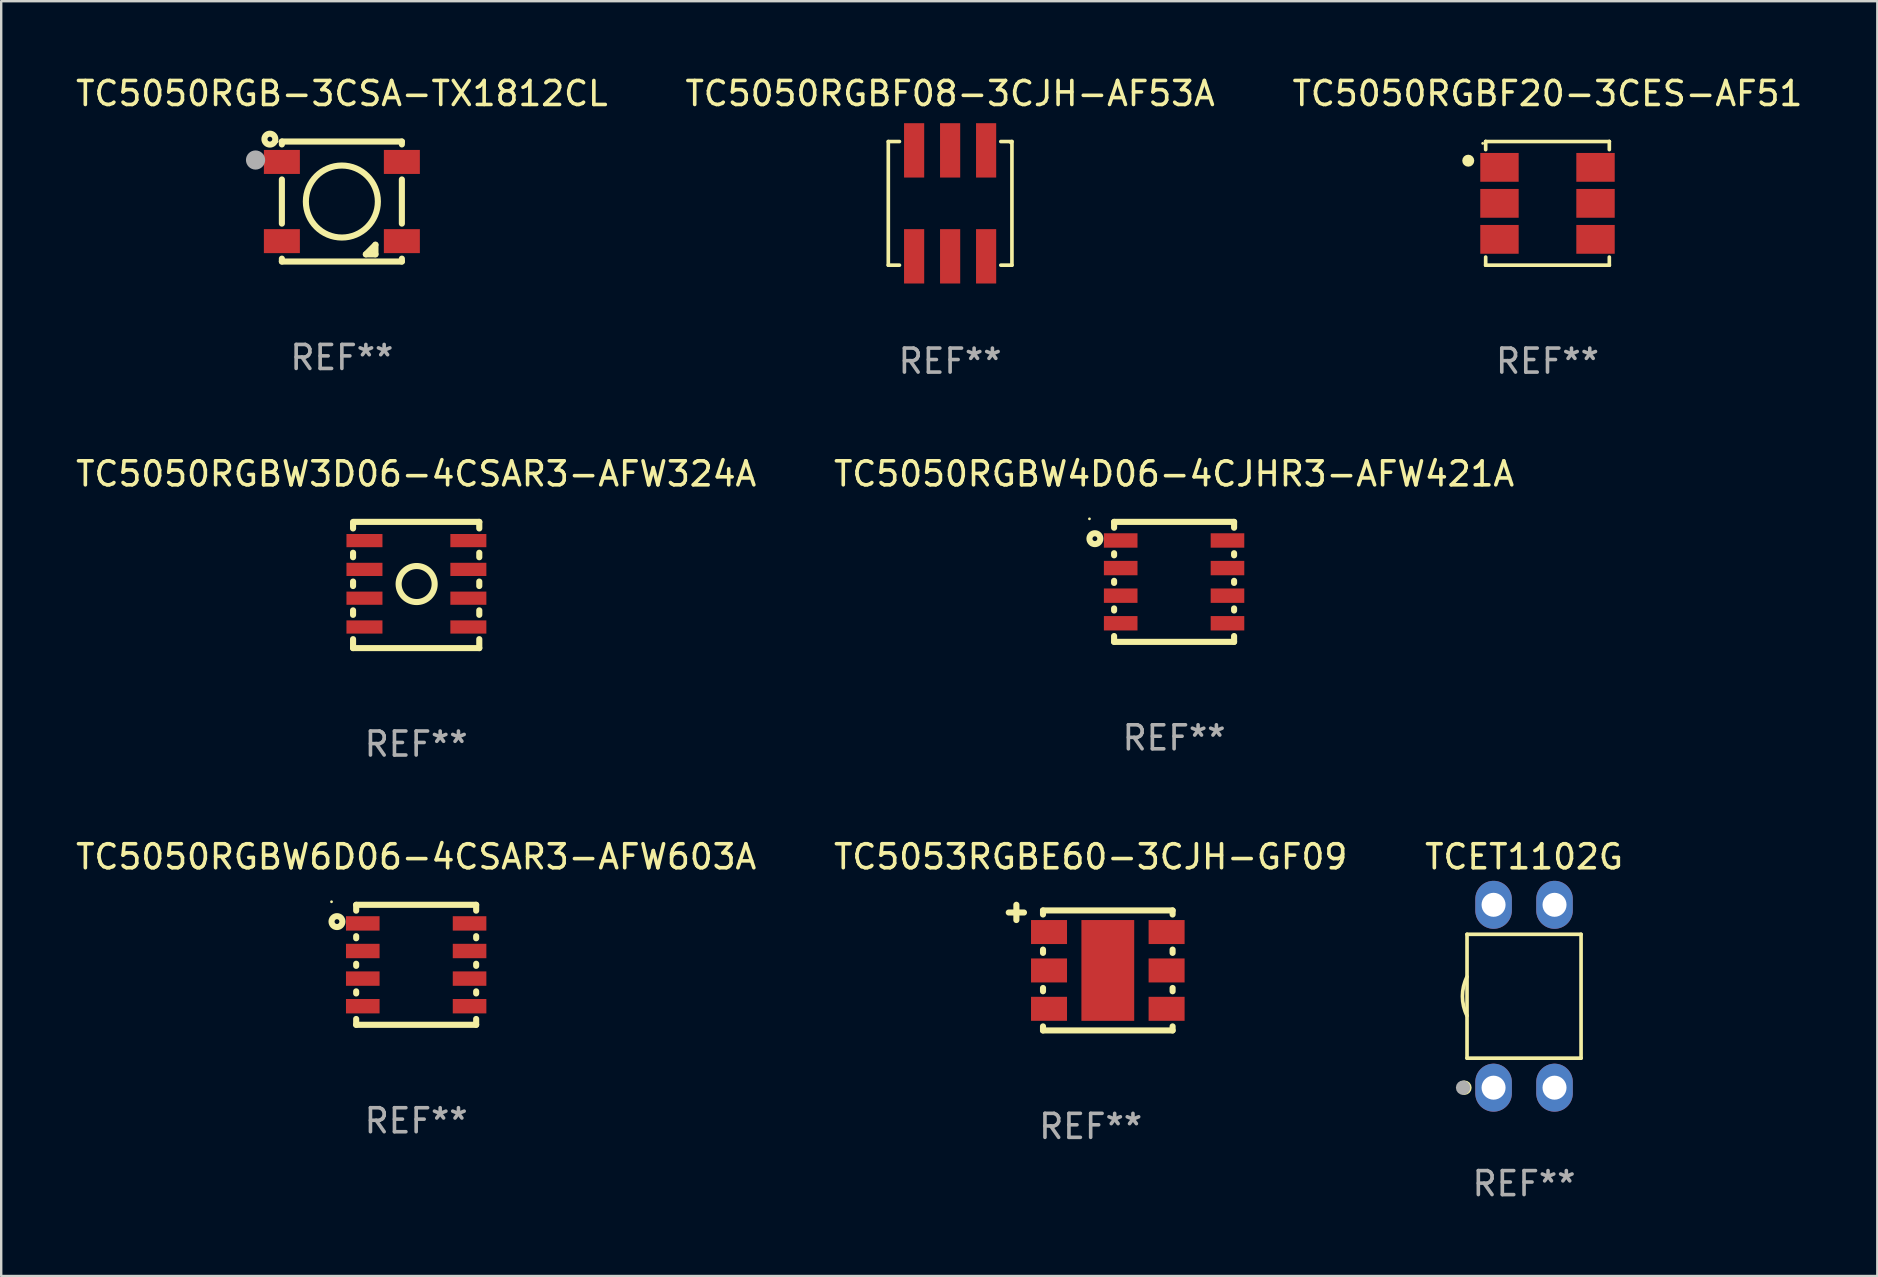
<source format=kicad_pcb>
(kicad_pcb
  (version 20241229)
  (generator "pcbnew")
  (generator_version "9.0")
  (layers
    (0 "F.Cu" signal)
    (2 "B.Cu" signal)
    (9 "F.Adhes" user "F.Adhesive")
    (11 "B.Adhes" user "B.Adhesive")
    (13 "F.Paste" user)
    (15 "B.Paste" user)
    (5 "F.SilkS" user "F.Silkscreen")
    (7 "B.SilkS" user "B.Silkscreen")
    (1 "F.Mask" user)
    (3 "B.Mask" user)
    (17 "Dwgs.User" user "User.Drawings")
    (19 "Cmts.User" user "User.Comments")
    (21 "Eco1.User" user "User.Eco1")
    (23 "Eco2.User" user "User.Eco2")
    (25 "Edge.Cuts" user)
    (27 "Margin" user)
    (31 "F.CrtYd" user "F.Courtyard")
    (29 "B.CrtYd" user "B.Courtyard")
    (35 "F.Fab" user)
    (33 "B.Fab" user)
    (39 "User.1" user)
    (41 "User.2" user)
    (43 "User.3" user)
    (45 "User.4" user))
  (footprint "TC5050RGBW3D06-4CSAR3-AFW324A"
    (layer "F.Cu")
    (at 14.292 21.327)
    (property "Reference" "TC5050RGBW3D06-4CSAR3-AFW324A" (at 0 -4.63 0) (layer "F.SilkS") (effects (font (size 1 1) (thickness 0.15))))
    (attr through_hole)
    (fp_line (start -2.63 -2.63) (end 2.63 -2.63) (stroke (width 0.254) (type solid)) (layer "F.SilkS"))
    (fp_line (start -2.63 -2.356) (end -2.63 -2.57) (stroke (width 0.254) (type solid)) (layer "F.SilkS"))
    (fp_line (start -2.63 -1.156) (end -2.63 -1.344) (stroke (width 0.254) (type solid)) (layer "F.SilkS"))
    (fp_line (start -2.63 0.044) (end -2.63 -0.144) (stroke (width 0.254) (type solid)) (layer "F.SilkS"))
    (fp_line (start -2.63 1.244) (end -2.63 1.056) (stroke (width 0.254) (type solid)) (layer "F.SilkS"))
    (fp_line (start -2.63 2.63) (end -2.63 2.256) (stroke (width 0.254) (type solid)) (layer "F.SilkS"))
    (fp_line (start 2.63 -2.63) (end 2.63 -2.356) (stroke (width 0.254) (type solid)) (layer "F.SilkS"))
    (fp_line (start 2.63 -1.344) (end 2.63 -1.156) (stroke (width 0.254) (type solid)) (layer "F.SilkS"))
    (fp_line (start 2.63 -0.144) (end 2.63 0.044) (stroke (width 0.254) (type solid)) (layer "F.SilkS"))
    (fp_line (start 2.63 1.056) (end 2.63 1.244) (stroke (width 0.254) (type solid)) (layer "F.SilkS"))
    (fp_line (start 2.63 2.256) (end 2.63 2.63) (stroke (width 0.254) (type solid)) (layer "F.SilkS"))
    (fp_line (start 2.63 2.63) (end -2.63 2.63) (stroke (width 0.254) (type solid)) (layer "F.SilkS"))
    (fp_circle (center -2.69 -2.55) (end -2.66 -2.55) (stroke (width 0.06) (type solid)) (fill no) (layer "F.SilkS"))
    (fp_circle (center 0.02 -0.04) (end 0.771 -0.04) (stroke (width 0.254) (type solid)) (fill no) (layer "F.SilkS"))
    (fp_text user "REF**" (at 0 6.63 0) (layer "F.Fab") (effects (font (size 1 1) (thickness 0.15))))
    (pad "1" smd rect (at -2.155 -1.85) (size 1.5 0.55) (layers "F.Cu" "F.Mask" "F.Paste"))
    (pad "2" smd rect (at -2.155 -0.65) (size 1.5 0.55) (layers "F.Cu" "F.Mask" "F.Paste"))
    (pad "3" smd rect (at -2.155 0.55) (size 1.5 0.55) (layers "F.Cu" "F.Mask" "F.Paste"))
    (pad "4" smd rect (at -2.155 1.75) (size 1.5 0.55) (layers "F.Cu" "F.Mask" "F.Paste"))
    (pad "5" smd rect (at 2.175 1.75) (size 1.5 0.55) (layers "F.Cu" "F.Mask" "F.Paste"))
    (pad "6" smd rect (at 2.175 0.55) (size 1.5 0.55) (layers "F.Cu" "F.Mask" "F.Paste"))
    (pad "7" smd rect (at 2.175 -0.65) (size 1.5 0.55) (layers "F.Cu" "F.Mask" "F.Paste"))
    (pad "8" smd rect (at 2.175 -1.85) (size 1.5 0.55) (layers "F.Cu" "F.Mask" "F.Paste")))
  (footprint "TC5050RGBW6D06-4CSAR3-AFW603A"
    (layer "F.Cu")
    (at 14.292 37.154)
    (property "Reference" "TC5050RGBW6D06-4CSAR3-AFW603A" (at 0 -4.5 0) (layer "F.SilkS") (effects (font (size 1 1) (thickness 0.15))))
    (attr through_hole)
    (fp_line (start -2.5 -2.5) (end 2.5 -2.5) (stroke (width 0.254) (type solid)) (layer "F.SilkS"))
    (fp_line (start -2.5 -2.256) (end -2.5 -2.5) (stroke (width 0.254) (type solid)) (layer "F.SilkS"))
    (fp_line (start -2.5 -1.106) (end -2.5 -1.194) (stroke (width 0.254) (type solid)) (layer "F.SilkS"))
    (fp_line (start -2.5 0.044) (end -2.5 -0.044) (stroke (width 0.254) (type solid)) (layer "F.SilkS"))
    (fp_line (start -2.5 1.194) (end -2.5 1.106) (stroke (width 0.254) (type solid)) (layer "F.SilkS"))
    (fp_line (start -2.5 2.5) (end -2.5 2.256) (stroke (width 0.254) (type solid)) (layer "F.SilkS"))
    (fp_line (start 2.5 -2.5) (end 2.5 -2.256) (stroke (width 0.254) (type solid)) (layer "F.SilkS"))
    (fp_line (start 2.5 -1.194) (end 2.5 -1.106) (stroke (width 0.254) (type solid)) (layer "F.SilkS"))
    (fp_line (start 2.5 -0.044) (end 2.5 0.044) (stroke (width 0.254) (type solid)) (layer "F.SilkS"))
    (fp_line (start 2.5 1.106) (end 2.5 1.194) (stroke (width 0.254) (type solid)) (layer "F.SilkS"))
    (fp_line (start 2.5 2.256) (end 2.5 2.5) (stroke (width 0.254) (type solid)) (layer "F.SilkS"))
    (fp_line (start 2.5 2.5) (end -2.5 2.5) (stroke (width 0.254) (type solid)) (layer "F.SilkS"))
    (fp_circle (center -3.527 -2.627) (end -3.497 -2.627) (stroke (width 0.06) (type solid)) (fill no) (layer "F.SilkS"))
    (fp_circle (center -3.3 -1.8) (end -3.2 -1.8) (stroke (width 0.254) (type solid)) (fill no) (layer "F.SilkS"))
    (fp_text user "REF**" (at 0 6.5 0) (layer "F.Fab") (effects (font (size 1 1) (thickness 0.15))))
    (pad "1" smd rect (at -2.225 -1.725 90) (size 0.6 1.4) (layers "F.Cu" "F.Mask" "F.Paste"))
    (pad "2" smd rect (at -2.225 -0.575 90) (size 0.6 1.4) (layers "F.Cu" "F.Mask" "F.Paste"))
    (pad "3" smd rect (at -2.225 0.575 90) (size 0.6 1.4) (layers "F.Cu" "F.Mask" "F.Paste"))
    (pad "4" smd rect (at -2.225 1.725 90) (size 0.6 1.4) (layers "F.Cu" "F.Mask" "F.Paste"))
    (pad "5" smd rect (at 2.225 1.725 90) (size 0.6 1.4) (layers "F.Cu" "F.Mask" "F.Paste"))
    (pad "6" smd rect (at 2.225 0.575 90) (size 0.6 1.4) (layers "F.Cu" "F.Mask" "F.Paste"))
    (pad "7" smd rect (at 2.225 -0.575 90) (size 0.6 1.4) (layers "F.Cu" "F.Mask" "F.Paste"))
    (pad "8" smd rect (at 2.225 -1.725 90) (size 0.6 1.4) (layers "F.Cu" "F.Mask" "F.Paste")))
  (footprint "TC5050RGBF08-3CJH-AF53A"
    (layer "F.Cu")
    (at 36.542 5.424)
    (property "Reference" "TC5050RGBF08-3CJH-AF53A" (at 0 -4.576 0) (layer "F.SilkS") (effects (font (size 1 1) (thickness 0.15))))
    (attr through_hole)
    (fp_line (start -2.576 -2.576) (end -2.111 -2.576) (stroke (width 0.152) (type solid)) (layer "F.SilkS"))
    (fp_line (start -2.576 2.576) (end -2.576 -2.576) (stroke (width 0.152) (type solid)) (layer "F.SilkS"))
    (fp_line (start -2.111 2.576) (end -2.576 2.576) (stroke (width 0.152) (type solid)) (layer "F.SilkS"))
    (fp_line (start 2.111 2.576) (end 2.576 2.576) (stroke (width 0.152) (type solid)) (layer "F.SilkS"))
    (fp_line (start 2.576 -2.576) (end 2.111 -2.576) (stroke (width 0.152) (type solid)) (layer "F.SilkS"))
    (fp_line (start 2.576 2.576) (end 2.576 -2.576) (stroke (width 0.152) (type solid)) (layer "F.SilkS"))
    (fp_circle (center 2.52 -2.52) (end 2.55 -2.52) (stroke (width 0.06) (type solid)) (fill no) (layer "F.SilkS"))
    (fp_text user "REF**" (at 0 6.576 0) (layer "F.Fab") (effects (font (size 1 1) (thickness 0.15))))
    (pad "1" smd rect (at 1.5 -2.208 270) (size 2.265 0.84) (layers "F.Cu" "F.Mask" "F.Paste"))
    (pad "2" smd rect (at 0 -2.208 270) (size 2.265 0.84) (layers "F.Cu" "F.Mask" "F.Paste"))
    (pad "3" smd rect (at -1.5 -2.208 270) (size 2.265 0.84) (layers "F.Cu" "F.Mask" "F.Paste"))
    (pad "4" smd rect (at -1.5 2.207 270) (size 2.265 0.84) (layers "F.Cu" "F.Mask" "F.Paste"))
    (pad "5" smd rect (at 0 2.207 270) (size 2.265 0.84) (layers "F.Cu" "F.Mask" "F.Paste"))
    (pad "6" smd rect (at 1.5 2.207 270) (size 2.265 0.84) (layers "F.Cu" "F.Mask" "F.Paste")))
  (footprint "TC5050RGBF20-3CES-AF51"
    (layer "F.Cu")
    (at 61.435 5.424)
    (property "Reference" "TC5050RGBF20-3CES-AF51" (at 0 -4.576 0) (layer "F.SilkS") (effects (font (size 1 1) (thickness 0.15))))
    (attr through_hole)
    (fp_line (start -2.576 -2.576) (end -2.576 -2.576) (stroke (width 0.152) (type solid)) (layer "F.SilkS"))
    (fp_line (start -2.576 -2.576) (end 2.576 -2.576) (stroke (width 0.152) (type solid)) (layer "F.SilkS"))
    (fp_line (start -2.576 -2.239) (end -2.576 -2.576) (stroke (width 0.152) (type solid)) (layer "F.SilkS"))
    (fp_line (start -2.576 2.239) (end -2.576 2.576) (stroke (width 0.152) (type solid)) (layer "F.SilkS"))
    (fp_line (start -2.576 2.576) (end -2.576 2.576) (stroke (width 0.152) (type solid)) (layer "F.SilkS"))
    (fp_line (start -2.576 2.576) (end 2.576 2.576) (stroke (width 0.152) (type solid)) (layer "F.SilkS"))
    (fp_line (start 2.576 -2.576) (end 2.576 -2.576) (stroke (width 0.152) (type solid)) (layer "F.SilkS"))
    (fp_line (start 2.576 -2.576) (end 2.576 -2.239) (stroke (width 0.152) (type solid)) (layer "F.SilkS"))
    (fp_line (start 2.576 2.576) (end 2.576 2.239) (stroke (width 0.152) (type solid)) (layer "F.SilkS"))
    (fp_line (start 2.576 2.576) (end 2.576 2.576) (stroke (width 0.152) (type solid)) (layer "F.SilkS"))
    (fp_circle (center -3.302 -1.778) (end -3.177 -1.778) (stroke (width 0.25) (type solid)) (fill no) (layer "F.SilkS"))
    (fp_circle (center -2.701 -2.5) (end -2.671 -2.5) (stroke (width 0.06) (type solid)) (fill no) (layer "F.SilkS"))
    (fp_text user "REF**" (at 0 6.576 0) (layer "F.Fab") (effects (font (size 1 1) (thickness 0.15))))
    (pad "1" smd rect (at -2.001 -1.5) (size 1.6 1.2) (layers "F.Cu" "F.Mask" "F.Paste"))
    (pad "2" smd rect (at -2.001 0) (size 1.6 1.2) (layers "F.Cu" "F.Mask" "F.Paste"))
    (pad "3" smd rect (at -2.001 1.5) (size 1.6 1.2) (layers "F.Cu" "F.Mask" "F.Paste"))
    (pad "4" smd rect (at 2.001 1.5) (size 1.6 1.2) (layers "F.Cu" "F.Mask" "F.Paste"))
    (pad "5" smd rect (at 2.001 0) (size 1.6 1.2) (layers "F.Cu" "F.Mask" "F.Paste"))
    (pad "6" smd rect (at 2.001 -1.5) (size 1.6 1.2) (layers "F.Cu" "F.Mask" "F.Paste")))
  (footprint "TCET1102G"
    (layer "F.Cu")
    (at 60.458 38.464)
    (property "Reference" "TCET1102G" (at 0 -5.81 0) (layer "F.SilkS") (effects (font (size 1 1) (thickness 0.15))))
    (attr through_hole)
    (fp_line (start -2.376 -2.581) (end 2.376 -2.581) (stroke (width 0.152) (type solid)) (layer "F.SilkS"))
    (fp_line (start -2.376 2.581) (end -2.376 -2.581) (stroke (width 0.152) (type solid)) (layer "F.SilkS"))
    (fp_line (start 2.376 -2.581) (end 2.376 2.581) (stroke (width 0.152) (type solid)) (layer "F.SilkS"))
    (fp_line (start 2.376 2.581) (end -2.376 2.581) (stroke (width 0.152) (type solid)) (layer "F.SilkS"))
    (fp_arc (start -2.3762 0.812496) (mid -2.568004 0) (end -2.3762 -0.812497) (stroke (width 0.1524) (type solid)) (layer "F.SilkS"))
    (fp_circle (center -2.484 3.81) (end -2.334 3.81) (stroke (width 0.3) (type solid)) (fill no) (layer "F.SilkS"))
    (fp_circle (center -2.3 3.935) (end -2.27 3.935) (stroke (width 0.06) (type solid)) (fill no) (layer "F.SilkS"))
    (fp_circle (center -2.54 3.81) (end -2.39 3.81) (stroke (width 0.3) (type solid)) (fill no) (layer "F.Fab"))
    (fp_text user "REF**" (at 0 7.81 0) (layer "F.Fab") (effects (font (size 1 1) (thickness 0.15))))
    (pad "1" thru_hole oval (at -1.27 3.81) (size 1.524 2) (drill 1) (layers "*.Cu" "*.Mask"))
    (pad "2" thru_hole oval (at 1.27 3.81) (size 1.524 2) (drill 1) (layers "*.Cu" "*.Mask"))
    (pad "3" thru_hole oval (at 1.27 -3.81) (size 1.524 2) (drill 1) (layers "*.Cu" "*.Mask"))
    (pad "4" thru_hole oval (at -1.27 -3.81) (size 1.524 2) (drill 1) (layers "*.Cu" "*.Mask")))
  (footprint "TC5050RGB-3CSA-TX1812CL"
    (layer "F.Cu")
    (at 11.196 5.348)
    (property "Reference" "TC5050RGB-3CSA-TX1812CL" (at 0 -4.5 0) (layer "F.SilkS") (effects (font (size 1 1) (thickness 0.15))))
    (attr through_hole)
    (fp_line (start -2.5 -2.5) (end -2.5 -2.38) (stroke (width 0.254) (type solid)) (layer "F.SilkS"))
    (fp_line (start -2.5 -2.5) (end 2.5 -2.5) (stroke (width 0.254) (type solid)) (layer "F.SilkS"))
    (fp_line (start -2.5 -0.92) (end -2.5 0.92) (stroke (width 0.254) (type solid)) (layer "F.SilkS"))
    (fp_line (start -2.5 2.38) (end -2.5 2.5) (stroke (width 0.254) (type solid)) (layer "F.SilkS"))
    (fp_line (start -2.5 2.5) (end 2.5 2.5) (stroke (width 0.254) (type solid)) (layer "F.SilkS"))
    (fp_line (start 0.999 2.2) (end 1.399 1.8) (stroke (width 0.254) (type solid)) (layer "F.SilkS"))
    (fp_line (start 1.399 1.8) (end 1.399 2.2) (stroke (width 0.254) (type solid)) (layer "F.SilkS"))
    (fp_line (start 1.399 2.2) (end 0.999 2.2) (stroke (width 0.254) (type solid)) (layer "F.SilkS"))
    (fp_line (start 2.5 -2.5) (end 2.5 -2.38) (stroke (width 0.254) (type solid)) (layer "F.SilkS"))
    (fp_line (start 2.5 -0.92) (end 2.5 0.92) (stroke (width 0.254) (type solid)) (layer "F.SilkS"))
    (fp_line (start 2.5 2.38) (end 2.5 2.5) (stroke (width 0.254) (type solid)) (layer "F.SilkS"))
    (fp_circle (center -3 -2.6) (end -2.9 -2.6) (stroke (width 0.254) (type solid)) (fill no) (layer "F.SilkS"))
    (fp_circle (center -2.7 -2.5) (end -2.67 -2.5) (stroke (width 0.06) (type solid)) (fill no) (layer "F.SilkS"))
    (fp_circle (center -0.000318 0) (end 1.5 0) (stroke (width 0.254) (type solid)) (fill no) (layer "F.SilkS"))
    (fp_circle (center -3.597 -1.73) (end -3.397 -1.73) (stroke (width 0.4) (type solid)) (fill no) (layer "F.Fab"))
    (fp_text user "REF**" (at 0 6.5 0) (layer "F.Fab") (effects (font (size 1 1) (thickness 0.15))))
    (pad "1" smd rect (at -2.5 -1.65) (size 1.5 1) (layers "F.Cu" "F.Mask" "F.Paste"))
    (pad "2" smd rect (at -2.5 1.65) (size 1.5 1) (layers "F.Cu" "F.Mask" "F.Paste"))
    (pad "3" smd rect (at 2.5 1.65) (size 1.5 1) (layers "F.Cu" "F.Mask" "F.Paste"))
    (pad "4" smd rect (at 2.5 -1.65) (size 1.5 1) (layers "F.Cu" "F.Mask" "F.Paste")))
  (footprint "TC5053RGBE60-3CJH-GF09"
    (layer "F.Cu")
    (at 42.399 37.271)
    (property "Reference" "TC5053RGBE60-3CJH-GF09" (at 0 -4.618 0) (layer "F.SilkS") (effects (font (size 1 1) (thickness 0.15))))
    (attr through_hole)
    (fp_line (start -3.414 -2.296) (end -2.779 -2.296) (stroke (width 0.254) (type solid)) (layer "F.SilkS"))
    (fp_line (start -3.096 -1.982) (end -3.096 -2.618) (stroke (width 0.254) (type solid)) (layer "F.SilkS"))
    (fp_line (start -1.986 -2.382) (end -1.986 -2.214) (stroke (width 0.254) (type solid)) (layer "F.SilkS"))
    (fp_line (start -1.986 -2.382) (end 3.414 -2.382) (stroke (width 0.254) (type solid)) (layer "F.SilkS"))
    (fp_line (start -1.986 -0.751) (end -1.986 -0.614) (stroke (width 0.254) (type solid)) (layer "F.SilkS"))
    (fp_line (start -1.986 0.849) (end -1.986 0.986) (stroke (width 0.254) (type solid)) (layer "F.SilkS"))
    (fp_line (start -1.986 2.449) (end -1.986 2.618) (stroke (width 0.254) (type solid)) (layer "F.SilkS"))
    (fp_line (start -1.986 2.618) (end 3.414 2.618) (stroke (width 0.254) (type solid)) (layer "F.SilkS"))
    (fp_line (start 3.414 -2.382) (end 3.414 -2.214) (stroke (width 0.254) (type solid)) (layer "F.SilkS"))
    (fp_line (start 3.414 -0.751) (end 3.414 -0.614) (stroke (width 0.254) (type solid)) (layer "F.SilkS"))
    (fp_line (start 3.414 0.849) (end 3.414 0.986) (stroke (width 0.254) (type solid)) (layer "F.SilkS"))
    (fp_line (start 3.414 2.449) (end 3.414 2.618) (stroke (width 0.254) (type solid)) (layer "F.SilkS"))
    (fp_circle (center -1.986 2.618) (end -1.956 2.618) (stroke (width 0.06) (type solid)) (fill no) (layer "F.SilkS"))
    (fp_text user "REF**" (at 0 6.618 0) (layer "F.Fab") (effects (font (size 1 1) (thickness 0.15))))
    (pad "1" smd rect (at -1.736 1.717) (size 1.5 1) (layers "F.Cu" "F.Mask" "F.Paste"))
    (pad "2" smd rect (at -1.736 0.118) (size 1.5 1) (layers "F.Cu" "F.Mask" "F.Paste"))
    (pad "3" smd rect (at -1.736 -1.482) (size 1.5 1) (layers "F.Cu" "F.Mask" "F.Paste"))
    (pad "4" smd rect (at 3.164 -1.482) (size 1.5 1) (layers "F.Cu" "F.Mask" "F.Paste"))
    (pad "5" smd rect (at 3.164 0.118) (size 1.5 1) (layers "F.Cu" "F.Mask" "F.Paste"))
    (pad "6" smd rect (at 3.164 1.717) (size 1.5 1) (layers "F.Cu" "F.Mask" "F.Paste"))
    (pad "7" smd rect (at 0.714 0.118 90) (size 4.2 2.2) (layers "F.Cu" "F.Mask" "F.Paste")))
  (footprint "TC5050RGBW4D06-4CJHR3-AFW421A"
    (layer "F.Cu")
    (at 45.875 21.197)
    (property "Reference" "TC5050RGBW4D06-4CJHR3-AFW421A" (at 0 -4.5 0) (layer "F.SilkS") (effects (font (size 1 1) (thickness 0.15))))
    (attr through_hole)
    (fp_line (start -2.5 -2.5) (end 2.5 -2.5) (stroke (width 0.254) (type solid)) (layer "F.SilkS"))
    (fp_line (start -2.5 -2.256) (end -2.5 -2.5) (stroke (width 0.254) (type solid)) (layer "F.SilkS"))
    (fp_line (start -2.5 -1.106) (end -2.5 -1.194) (stroke (width 0.254) (type solid)) (layer "F.SilkS"))
    (fp_line (start -2.5 0.044) (end -2.5 -0.044) (stroke (width 0.254) (type solid)) (layer "F.SilkS"))
    (fp_line (start -2.5 1.194) (end -2.5 1.106) (stroke (width 0.254) (type solid)) (layer "F.SilkS"))
    (fp_line (start -2.5 2.5) (end -2.5 2.256) (stroke (width 0.254) (type solid)) (layer "F.SilkS"))
    (fp_line (start 2.5 -2.5) (end 2.5 -2.256) (stroke (width 0.254) (type solid)) (layer "F.SilkS"))
    (fp_line (start 2.5 -1.194) (end 2.5 -1.106) (stroke (width 0.254) (type solid)) (layer "F.SilkS"))
    (fp_line (start 2.5 -0.044) (end 2.5 0.044) (stroke (width 0.254) (type solid)) (layer "F.SilkS"))
    (fp_line (start 2.5 1.106) (end 2.5 1.194) (stroke (width 0.254) (type solid)) (layer "F.SilkS"))
    (fp_line (start 2.5 2.256) (end 2.5 2.5) (stroke (width 0.254) (type solid)) (layer "F.SilkS"))
    (fp_line (start 2.5 2.5) (end -2.5 2.5) (stroke (width 0.254) (type solid)) (layer "F.SilkS"))
    (fp_circle (center -3.527 -2.627) (end -3.497 -2.627) (stroke (width 0.06) (type solid)) (fill no) (layer "F.SilkS"))
    (fp_circle (center -3.3 -1.8) (end -3.2 -1.8) (stroke (width 0.254) (type solid)) (fill no) (layer "F.SilkS"))
    (fp_text user "REF**" (at 0 6.5 0) (layer "F.Fab") (effects (font (size 1 1) (thickness 0.15))))
    (pad "1" smd rect (at -2.225 -1.725 90) (size 0.6 1.4) (layers "F.Cu" "F.Mask" "F.Paste"))
    (pad "2" smd rect (at -2.225 -0.575 90) (size 0.6 1.4) (layers "F.Cu" "F.Mask" "F.Paste"))
    (pad "3" smd rect (at -2.225 0.575 90) (size 0.6 1.4) (layers "F.Cu" "F.Mask" "F.Paste"))
    (pad "4" smd rect (at -2.225 1.725 90) (size 0.6 1.4) (layers "F.Cu" "F.Mask" "F.Paste"))
    (pad "5" smd rect (at 2.225 1.725 90) (size 0.6 1.4) (layers "F.Cu" "F.Mask" "F.Paste"))
    (pad "6" smd rect (at 2.225 0.575 90) (size 0.6 1.4) (layers "F.Cu" "F.Mask" "F.Paste"))
    (pad "7" smd rect (at 2.225 -0.575 90) (size 0.6 1.4) (layers "F.Cu" "F.Mask" "F.Paste"))
    (pad "8" smd rect (at 2.225 -1.725 90) (size 0.6 1.4) (layers "F.Cu" "F.Mask" "F.Paste")))
  (gr_rect
    (start -3 -3)
    (end 75.179 50.122)
    (stroke (width 0.1) (type default))
    (fill no)
    (layer "Edge.Cuts")))
</source>
